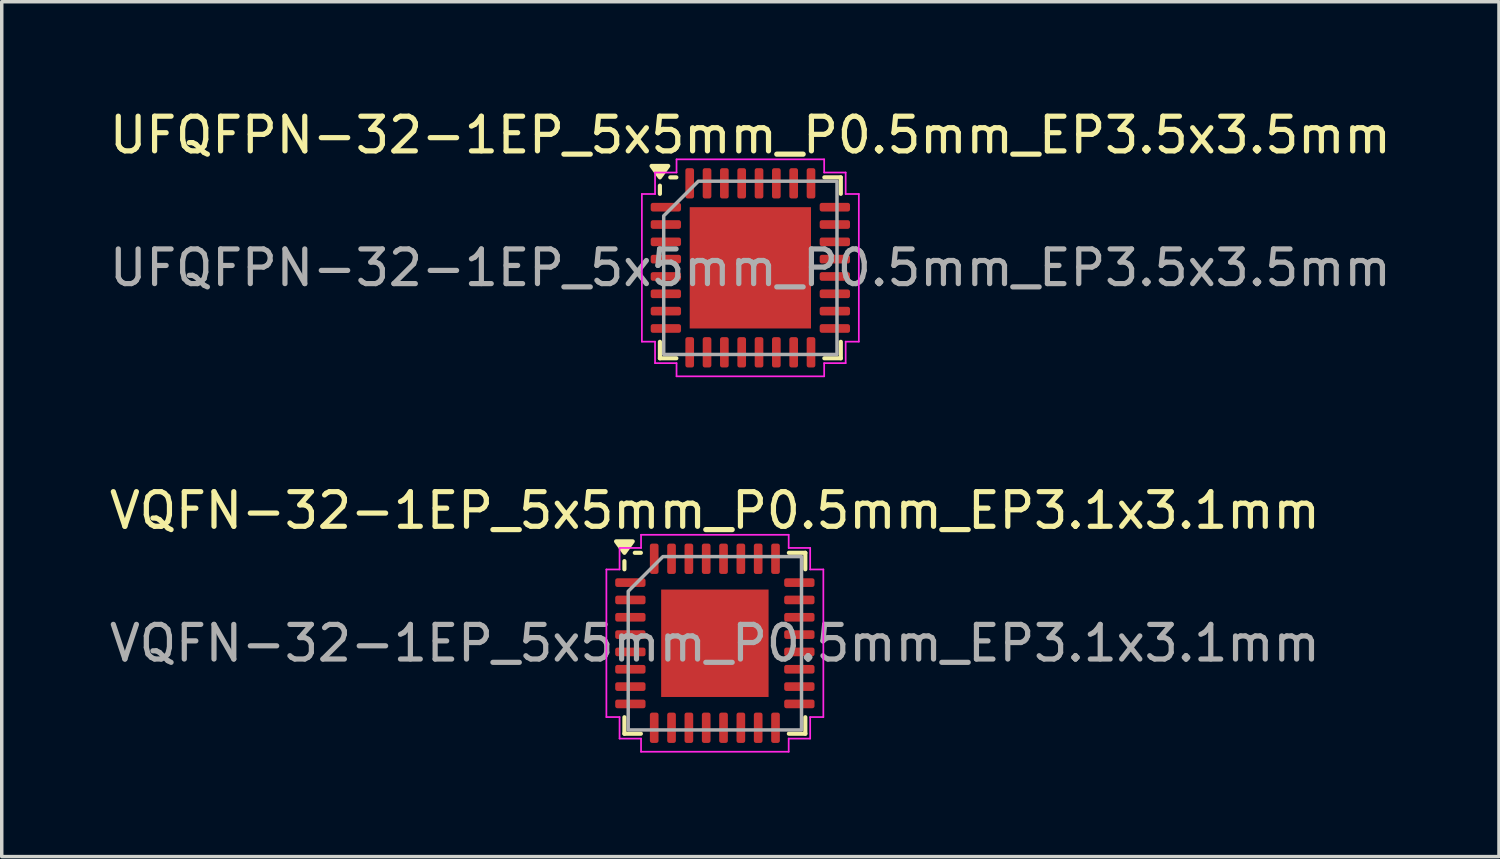
<source format=kicad_pcb>
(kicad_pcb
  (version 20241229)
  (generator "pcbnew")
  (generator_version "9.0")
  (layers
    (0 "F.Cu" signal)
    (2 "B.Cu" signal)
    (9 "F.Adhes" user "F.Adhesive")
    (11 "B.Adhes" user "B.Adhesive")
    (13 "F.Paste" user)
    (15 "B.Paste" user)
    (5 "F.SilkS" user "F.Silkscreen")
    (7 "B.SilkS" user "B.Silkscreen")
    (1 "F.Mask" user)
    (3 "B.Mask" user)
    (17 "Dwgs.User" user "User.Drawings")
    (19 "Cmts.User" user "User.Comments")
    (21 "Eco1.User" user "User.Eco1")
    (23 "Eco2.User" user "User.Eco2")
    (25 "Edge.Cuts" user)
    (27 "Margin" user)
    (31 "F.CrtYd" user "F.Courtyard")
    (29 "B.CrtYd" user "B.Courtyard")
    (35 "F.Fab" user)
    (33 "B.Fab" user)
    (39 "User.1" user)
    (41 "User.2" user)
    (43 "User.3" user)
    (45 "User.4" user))
  (footprint "UFQFPN-32-1EP_5x5mm_P0.5mm_EP3.5x3.5mm"
    (layer "F.Cu")
    (at 18.601 4.678)
    (property "Reference" "UFQFPN-32-1EP_5x5mm_P0.5mm_EP3.5x3.5mm" (at 0 -3.83 0) (layer "F.SilkS") (effects (font (size 1 1) (thickness 0.15))))
    (attr smd)
    (fp_line (start -2.61 -2.135) (end -2.61 -2.37) (stroke (width 0.12) (type solid)) (layer "F.SilkS"))
    (fp_line (start -2.61 2.61) (end -2.61 2.135) (stroke (width 0.12) (type solid)) (layer "F.SilkS"))
    (fp_line (start -2.135 -2.61) (end -2.31 -2.61) (stroke (width 0.12) (type solid)) (layer "F.SilkS"))
    (fp_line (start -2.135 2.61) (end -2.61 2.61) (stroke (width 0.12) (type solid)) (layer "F.SilkS"))
    (fp_line (start 2.135 -2.61) (end 2.61 -2.61) (stroke (width 0.12) (type solid)) (layer "F.SilkS"))
    (fp_line (start 2.135 2.61) (end 2.61 2.61) (stroke (width 0.12) (type solid)) (layer "F.SilkS"))
    (fp_line (start 2.61 -2.61) (end 2.61 -2.135) (stroke (width 0.12) (type solid)) (layer "F.SilkS"))
    (fp_line (start 2.61 2.61) (end 2.61 2.135) (stroke (width 0.12) (type solid)) (layer "F.SilkS"))
    (fp_poly (pts (xy -2.61 -2.61) (xy -2.85 -2.94) (xy -2.37 -2.94)) (stroke (width 0.12) (type solid)) (fill yes) (layer "F.SilkS"))
    (fp_line (start -3.13 -2.13) (end -2.75 -2.13) (stroke (width 0.05) (type solid)) (layer "F.CrtYd"))
    (fp_line (start -3.13 2.13) (end -3.13 -2.13) (stroke (width 0.05) (type solid)) (layer "F.CrtYd"))
    (fp_line (start -2.75 -2.75) (end -2.13 -2.75) (stroke (width 0.05) (type solid)) (layer "F.CrtYd"))
    (fp_line (start -2.75 -2.13) (end -2.75 -2.75) (stroke (width 0.05) (type solid)) (layer "F.CrtYd"))
    (fp_line (start -2.75 2.13) (end -3.13 2.13) (stroke (width 0.05) (type solid)) (layer "F.CrtYd"))
    (fp_line (start -2.75 2.75) (end -2.75 2.13) (stroke (width 0.05) (type solid)) (layer "F.CrtYd"))
    (fp_line (start -2.13 -3.13) (end 2.13 -3.13) (stroke (width 0.05) (type solid)) (layer "F.CrtYd"))
    (fp_line (start -2.13 -2.75) (end -2.13 -3.13) (stroke (width 0.05) (type solid)) (layer "F.CrtYd"))
    (fp_line (start -2.13 2.75) (end -2.75 2.75) (stroke (width 0.05) (type solid)) (layer "F.CrtYd"))
    (fp_line (start -2.13 3.13) (end -2.13 2.75) (stroke (width 0.05) (type solid)) (layer "F.CrtYd"))
    (fp_line (start 2.13 -3.13) (end 2.13 -2.75) (stroke (width 0.05) (type solid)) (layer "F.CrtYd"))
    (fp_line (start 2.13 -2.75) (end 2.75 -2.75) (stroke (width 0.05) (type solid)) (layer "F.CrtYd"))
    (fp_line (start 2.13 2.75) (end 2.13 3.13) (stroke (width 0.05) (type solid)) (layer "F.CrtYd"))
    (fp_line (start 2.13 3.13) (end -2.13 3.13) (stroke (width 0.05) (type solid)) (layer "F.CrtYd"))
    (fp_line (start 2.75 -2.75) (end 2.75 -2.13) (stroke (width 0.05) (type solid)) (layer "F.CrtYd"))
    (fp_line (start 2.75 -2.13) (end 3.13 -2.13) (stroke (width 0.05) (type solid)) (layer "F.CrtYd"))
    (fp_line (start 2.75 2.13) (end 2.75 2.75) (stroke (width 0.05) (type solid)) (layer "F.CrtYd"))
    (fp_line (start 2.75 2.75) (end 2.13 2.75) (stroke (width 0.05) (type solid)) (layer "F.CrtYd"))
    (fp_line (start 3.13 -2.13) (end 3.13 2.13) (stroke (width 0.05) (type solid)) (layer "F.CrtYd"))
    (fp_line (start 3.13 2.13) (end 2.75 2.13) (stroke (width 0.05) (type solid)) (layer "F.CrtYd"))
    (fp_poly (pts (xy -2.5 -1.5) (xy -2.5 2.5) (xy 2.5 2.5) (xy 2.5 -2.5) (xy -1.5 -2.5)) (stroke (width 0.1) (type solid)) (fill no) (layer "F.Fab"))
    (fp_text user "${REFERENCE}" (at 0 0 0) (layer "F.Fab") (effects (font (size 1 1) (thickness 0.15))))
    (pad "" smd roundrect (at -0.875 -0.875) (size 1.41 1.41) (layers "F.Paste") (roundrect_rratio 0.177))
    (pad "" smd roundrect (at -0.875 0.875) (size 1.41 1.41) (layers "F.Paste") (roundrect_rratio 0.177))
    (pad "" smd roundrect (at 0.875 -0.875) (size 1.41 1.41) (layers "F.Paste") (roundrect_rratio 0.177))
    (pad "" smd roundrect (at 0.875 0.875) (size 1.41 1.41) (layers "F.Paste") (roundrect_rratio 0.177))
    (pad "1" smd roundrect (at -2.438 -1.75) (size 0.875 0.25) (layers "F.Cu" "F.Mask" "F.Paste") (roundrect_rratio 0.25))
    (pad "2" smd roundrect (at -2.438 -1.25) (size 0.875 0.25) (layers "F.Cu" "F.Mask" "F.Paste") (roundrect_rratio 0.25))
    (pad "3" smd roundrect (at -2.438 -0.75) (size 0.875 0.25) (layers "F.Cu" "F.Mask" "F.Paste") (roundrect_rratio 0.25))
    (pad "4" smd roundrect (at -2.438 -0.25) (size 0.875 0.25) (layers "F.Cu" "F.Mask" "F.Paste") (roundrect_rratio 0.25))
    (pad "5" smd roundrect (at -2.438 0.25) (size 0.875 0.25) (layers "F.Cu" "F.Mask" "F.Paste") (roundrect_rratio 0.25))
    (pad "6" smd roundrect (at -2.438 0.75) (size 0.875 0.25) (layers "F.Cu" "F.Mask" "F.Paste") (roundrect_rratio 0.25))
    (pad "7" smd roundrect (at -2.438 1.25) (size 0.875 0.25) (layers "F.Cu" "F.Mask" "F.Paste") (roundrect_rratio 0.25))
    (pad "8" smd roundrect (at -2.438 1.75) (size 0.875 0.25) (layers "F.Cu" "F.Mask" "F.Paste") (roundrect_rratio 0.25))
    (pad "9" smd roundrect (at -1.75 2.438) (size 0.25 0.875) (layers "F.Cu" "F.Mask" "F.Paste") (roundrect_rratio 0.25))
    (pad "10" smd roundrect (at -1.25 2.438) (size 0.25 0.875) (layers "F.Cu" "F.Mask" "F.Paste") (roundrect_rratio 0.25))
    (pad "11" smd roundrect (at -0.75 2.438) (size 0.25 0.875) (layers "F.Cu" "F.Mask" "F.Paste") (roundrect_rratio 0.25))
    (pad "12" smd roundrect (at -0.25 2.438) (size 0.25 0.875) (layers "F.Cu" "F.Mask" "F.Paste") (roundrect_rratio 0.25))
    (pad "13" smd roundrect (at 0.25 2.438) (size 0.25 0.875) (layers "F.Cu" "F.Mask" "F.Paste") (roundrect_rratio 0.25))
    (pad "14" smd roundrect (at 0.75 2.438) (size 0.25 0.875) (layers "F.Cu" "F.Mask" "F.Paste") (roundrect_rratio 0.25))
    (pad "15" smd roundrect (at 1.25 2.438) (size 0.25 0.875) (layers "F.Cu" "F.Mask" "F.Paste") (roundrect_rratio 0.25))
    (pad "16" smd roundrect (at 1.75 2.438) (size 0.25 0.875) (layers "F.Cu" "F.Mask" "F.Paste") (roundrect_rratio 0.25))
    (pad "17" smd roundrect (at 2.438 1.75) (size 0.875 0.25) (layers "F.Cu" "F.Mask" "F.Paste") (roundrect_rratio 0.25))
    (pad "18" smd roundrect (at 2.438 1.25) (size 0.875 0.25) (layers "F.Cu" "F.Mask" "F.Paste") (roundrect_rratio 0.25))
    (pad "19" smd roundrect (at 2.438 0.75) (size 0.875 0.25) (layers "F.Cu" "F.Mask" "F.Paste") (roundrect_rratio 0.25))
    (pad "20" smd roundrect (at 2.438 0.25) (size 0.875 0.25) (layers "F.Cu" "F.Mask" "F.Paste") (roundrect_rratio 0.25))
    (pad "21" smd roundrect (at 2.438 -0.25) (size 0.875 0.25) (layers "F.Cu" "F.Mask" "F.Paste") (roundrect_rratio 0.25))
    (pad "22" smd roundrect (at 2.438 -0.75) (size 0.875 0.25) (layers "F.Cu" "F.Mask" "F.Paste") (roundrect_rratio 0.25))
    (pad "23" smd roundrect (at 2.438 -1.25) (size 0.875 0.25) (layers "F.Cu" "F.Mask" "F.Paste") (roundrect_rratio 0.25))
    (pad "24" smd roundrect (at 2.438 -1.75) (size 0.875 0.25) (layers "F.Cu" "F.Mask" "F.Paste") (roundrect_rratio 0.25))
    (pad "25" smd roundrect (at 1.75 -2.438) (size 0.25 0.875) (layers "F.Cu" "F.Mask" "F.Paste") (roundrect_rratio 0.25))
    (pad "26" smd roundrect (at 1.25 -2.438) (size 0.25 0.875) (layers "F.Cu" "F.Mask" "F.Paste") (roundrect_rratio 0.25))
    (pad "27" smd roundrect (at 0.75 -2.438) (size 0.25 0.875) (layers "F.Cu" "F.Mask" "F.Paste") (roundrect_rratio 0.25))
    (pad "28" smd roundrect (at 0.25 -2.438) (size 0.25 0.875) (layers "F.Cu" "F.Mask" "F.Paste") (roundrect_rratio 0.25))
    (pad "29" smd roundrect (at -0.25 -2.438) (size 0.25 0.875) (layers "F.Cu" "F.Mask" "F.Paste") (roundrect_rratio 0.25))
    (pad "30" smd roundrect (at -0.75 -2.438) (size 0.25 0.875) (layers "F.Cu" "F.Mask" "F.Paste") (roundrect_rratio 0.25))
    (pad "31" smd roundrect (at -1.25 -2.438) (size 0.25 0.875) (layers "F.Cu" "F.Mask" "F.Paste") (roundrect_rratio 0.25))
    (pad "32" smd roundrect (at -1.75 -2.438) (size 0.25 0.875) (layers "F.Cu" "F.Mask" "F.Paste") (roundrect_rratio 0.25))
    (pad "33" smd rect (at 0 0) (size 3.5 3.5) (property pad_prop_heatsink) (layers "F.Cu" "F.Mask")))
  (footprint "VQFN-32-1EP_5x5mm_P0.5mm_EP3.1x3.1mm"
    (layer "F.Cu")
    (at 17.577 15.511)
    (property "Reference" "VQFN-32-1EP_5x5mm_P0.5mm_EP3.1x3.1mm" (at 0 -3.83 0) (layer "F.SilkS") (effects (font (size 1 1) (thickness 0.15))))
    (attr smd)
    (fp_line (start -2.61 -2.135) (end -2.61 -2.37) (stroke (width 0.12) (type solid)) (layer "F.SilkS"))
    (fp_line (start -2.61 2.61) (end -2.61 2.135) (stroke (width 0.12) (type solid)) (layer "F.SilkS"))
    (fp_line (start -2.135 -2.61) (end -2.31 -2.61) (stroke (width 0.12) (type solid)) (layer "F.SilkS"))
    (fp_line (start -2.135 2.61) (end -2.61 2.61) (stroke (width 0.12) (type solid)) (layer "F.SilkS"))
    (fp_line (start 2.135 -2.61) (end 2.61 -2.61) (stroke (width 0.12) (type solid)) (layer "F.SilkS"))
    (fp_line (start 2.135 2.61) (end 2.61 2.61) (stroke (width 0.12) (type solid)) (layer "F.SilkS"))
    (fp_line (start 2.61 -2.61) (end 2.61 -2.135) (stroke (width 0.12) (type solid)) (layer "F.SilkS"))
    (fp_line (start 2.61 2.61) (end 2.61 2.135) (stroke (width 0.12) (type solid)) (layer "F.SilkS"))
    (fp_poly (pts (xy -2.61 -2.61) (xy -2.85 -2.94) (xy -2.37 -2.94)) (stroke (width 0.12) (type solid)) (fill yes) (layer "F.SilkS"))
    (fp_line (start -3.13 -2.13) (end -2.75 -2.13) (stroke (width 0.05) (type solid)) (layer "F.CrtYd"))
    (fp_line (start -3.13 2.13) (end -3.13 -2.13) (stroke (width 0.05) (type solid)) (layer "F.CrtYd"))
    (fp_line (start -2.75 -2.75) (end -2.13 -2.75) (stroke (width 0.05) (type solid)) (layer "F.CrtYd"))
    (fp_line (start -2.75 -2.13) (end -2.75 -2.75) (stroke (width 0.05) (type solid)) (layer "F.CrtYd"))
    (fp_line (start -2.75 2.13) (end -3.13 2.13) (stroke (width 0.05) (type solid)) (layer "F.CrtYd"))
    (fp_line (start -2.75 2.75) (end -2.75 2.13) (stroke (width 0.05) (type solid)) (layer "F.CrtYd"))
    (fp_line (start -2.13 -3.13) (end 2.13 -3.13) (stroke (width 0.05) (type solid)) (layer "F.CrtYd"))
    (fp_line (start -2.13 -2.75) (end -2.13 -3.13) (stroke (width 0.05) (type solid)) (layer "F.CrtYd"))
    (fp_line (start -2.13 2.75) (end -2.75 2.75) (stroke (width 0.05) (type solid)) (layer "F.CrtYd"))
    (fp_line (start -2.13 3.13) (end -2.13 2.75) (stroke (width 0.05) (type solid)) (layer "F.CrtYd"))
    (fp_line (start 2.13 -3.13) (end 2.13 -2.75) (stroke (width 0.05) (type solid)) (layer "F.CrtYd"))
    (fp_line (start 2.13 -2.75) (end 2.75 -2.75) (stroke (width 0.05) (type solid)) (layer "F.CrtYd"))
    (fp_line (start 2.13 2.75) (end 2.13 3.13) (stroke (width 0.05) (type solid)) (layer "F.CrtYd"))
    (fp_line (start 2.13 3.13) (end -2.13 3.13) (stroke (width 0.05) (type solid)) (layer "F.CrtYd"))
    (fp_line (start 2.75 -2.75) (end 2.75 -2.13) (stroke (width 0.05) (type solid)) (layer "F.CrtYd"))
    (fp_line (start 2.75 -2.13) (end 3.13 -2.13) (stroke (width 0.05) (type solid)) (layer "F.CrtYd"))
    (fp_line (start 2.75 2.13) (end 2.75 2.75) (stroke (width 0.05) (type solid)) (layer "F.CrtYd"))
    (fp_line (start 2.75 2.75) (end 2.13 2.75) (stroke (width 0.05) (type solid)) (layer "F.CrtYd"))
    (fp_line (start 3.13 -2.13) (end 3.13 2.13) (stroke (width 0.05) (type solid)) (layer "F.CrtYd"))
    (fp_line (start 3.13 2.13) (end 2.75 2.13) (stroke (width 0.05) (type solid)) (layer "F.CrtYd"))
    (fp_poly (pts (xy -2.5 -1.5) (xy -2.5 2.5) (xy 2.5 2.5) (xy 2.5 -2.5) (xy -1.5 -2.5)) (stroke (width 0.1) (type solid)) (fill no) (layer "F.Fab"))
    (fp_text user "${REFERENCE}" (at 0 0 0) (layer "F.Fab") (effects (font (size 1 1) (thickness 0.15))))
    (pad "" smd roundrect (at -0.775 -0.775) (size 1.25 1.25) (layers "F.Paste") (roundrect_rratio 0.2))
    (pad "" smd roundrect (at -0.775 0.775) (size 1.25 1.25) (layers "F.Paste") (roundrect_rratio 0.2))
    (pad "" smd roundrect (at 0.775 -0.775) (size 1.25 1.25) (layers "F.Paste") (roundrect_rratio 0.2))
    (pad "" smd roundrect (at 0.775 0.775) (size 1.25 1.25) (layers "F.Paste") (roundrect_rratio 0.2))
    (pad "1" smd roundrect (at -2.438 -1.75) (size 0.875 0.25) (layers "F.Cu" "F.Mask" "F.Paste") (roundrect_rratio 0.25))
    (pad "2" smd roundrect (at -2.438 -1.25) (size 0.875 0.25) (layers "F.Cu" "F.Mask" "F.Paste") (roundrect_rratio 0.25))
    (pad "3" smd roundrect (at -2.438 -0.75) (size 0.875 0.25) (layers "F.Cu" "F.Mask" "F.Paste") (roundrect_rratio 0.25))
    (pad "4" smd roundrect (at -2.438 -0.25) (size 0.875 0.25) (layers "F.Cu" "F.Mask" "F.Paste") (roundrect_rratio 0.25))
    (pad "5" smd roundrect (at -2.438 0.25) (size 0.875 0.25) (layers "F.Cu" "F.Mask" "F.Paste") (roundrect_rratio 0.25))
    (pad "6" smd roundrect (at -2.438 0.75) (size 0.875 0.25) (layers "F.Cu" "F.Mask" "F.Paste") (roundrect_rratio 0.25))
    (pad "7" smd roundrect (at -2.438 1.25) (size 0.875 0.25) (layers "F.Cu" "F.Mask" "F.Paste") (roundrect_rratio 0.25))
    (pad "8" smd roundrect (at -2.438 1.75) (size 0.875 0.25) (layers "F.Cu" "F.Mask" "F.Paste") (roundrect_rratio 0.25))
    (pad "9" smd roundrect (at -1.75 2.438) (size 0.25 0.875) (layers "F.Cu" "F.Mask" "F.Paste") (roundrect_rratio 0.25))
    (pad "10" smd roundrect (at -1.25 2.438) (size 0.25 0.875) (layers "F.Cu" "F.Mask" "F.Paste") (roundrect_rratio 0.25))
    (pad "11" smd roundrect (at -0.75 2.438) (size 0.25 0.875) (layers "F.Cu" "F.Mask" "F.Paste") (roundrect_rratio 0.25))
    (pad "12" smd roundrect (at -0.25 2.438) (size 0.25 0.875) (layers "F.Cu" "F.Mask" "F.Paste") (roundrect_rratio 0.25))
    (pad "13" smd roundrect (at 0.25 2.438) (size 0.25 0.875) (layers "F.Cu" "F.Mask" "F.Paste") (roundrect_rratio 0.25))
    (pad "14" smd roundrect (at 0.75 2.438) (size 0.25 0.875) (layers "F.Cu" "F.Mask" "F.Paste") (roundrect_rratio 0.25))
    (pad "15" smd roundrect (at 1.25 2.438) (size 0.25 0.875) (layers "F.Cu" "F.Mask" "F.Paste") (roundrect_rratio 0.25))
    (pad "16" smd roundrect (at 1.75 2.438) (size 0.25 0.875) (layers "F.Cu" "F.Mask" "F.Paste") (roundrect_rratio 0.25))
    (pad "17" smd roundrect (at 2.438 1.75) (size 0.875 0.25) (layers "F.Cu" "F.Mask" "F.Paste") (roundrect_rratio 0.25))
    (pad "18" smd roundrect (at 2.438 1.25) (size 0.875 0.25) (layers "F.Cu" "F.Mask" "F.Paste") (roundrect_rratio 0.25))
    (pad "19" smd roundrect (at 2.438 0.75) (size 0.875 0.25) (layers "F.Cu" "F.Mask" "F.Paste") (roundrect_rratio 0.25))
    (pad "20" smd roundrect (at 2.438 0.25) (size 0.875 0.25) (layers "F.Cu" "F.Mask" "F.Paste") (roundrect_rratio 0.25))
    (pad "21" smd roundrect (at 2.438 -0.25) (size 0.875 0.25) (layers "F.Cu" "F.Mask" "F.Paste") (roundrect_rratio 0.25))
    (pad "22" smd roundrect (at 2.438 -0.75) (size 0.875 0.25) (layers "F.Cu" "F.Mask" "F.Paste") (roundrect_rratio 0.25))
    (pad "23" smd roundrect (at 2.438 -1.25) (size 0.875 0.25) (layers "F.Cu" "F.Mask" "F.Paste") (roundrect_rratio 0.25))
    (pad "24" smd roundrect (at 2.438 -1.75) (size 0.875 0.25) (layers "F.Cu" "F.Mask" "F.Paste") (roundrect_rratio 0.25))
    (pad "25" smd roundrect (at 1.75 -2.438) (size 0.25 0.875) (layers "F.Cu" "F.Mask" "F.Paste") (roundrect_rratio 0.25))
    (pad "26" smd roundrect (at 1.25 -2.438) (size 0.25 0.875) (layers "F.Cu" "F.Mask" "F.Paste") (roundrect_rratio 0.25))
    (pad "27" smd roundrect (at 0.75 -2.438) (size 0.25 0.875) (layers "F.Cu" "F.Mask" "F.Paste") (roundrect_rratio 0.25))
    (pad "28" smd roundrect (at 0.25 -2.438) (size 0.25 0.875) (layers "F.Cu" "F.Mask" "F.Paste") (roundrect_rratio 0.25))
    (pad "29" smd roundrect (at -0.25 -2.438) (size 0.25 0.875) (layers "F.Cu" "F.Mask" "F.Paste") (roundrect_rratio 0.25))
    (pad "30" smd roundrect (at -0.75 -2.438) (size 0.25 0.875) (layers "F.Cu" "F.Mask" "F.Paste") (roundrect_rratio 0.25))
    (pad "31" smd roundrect (at -1.25 -2.438) (size 0.25 0.875) (layers "F.Cu" "F.Mask" "F.Paste") (roundrect_rratio 0.25))
    (pad "32" smd roundrect (at -1.75 -2.438) (size 0.25 0.875) (layers "F.Cu" "F.Mask" "F.Paste") (roundrect_rratio 0.25))
    (pad "33" smd rect (at 0 0) (size 3.1 3.1) (property pad_prop_heatsink) (layers "F.Cu" "F.Mask")))
  (gr_rect
    (start -3 -3)
    (end 40.202 21.666)
    (stroke (width 0.1) (type default))
    (fill no)
    (layer "Edge.Cuts")))
</source>
